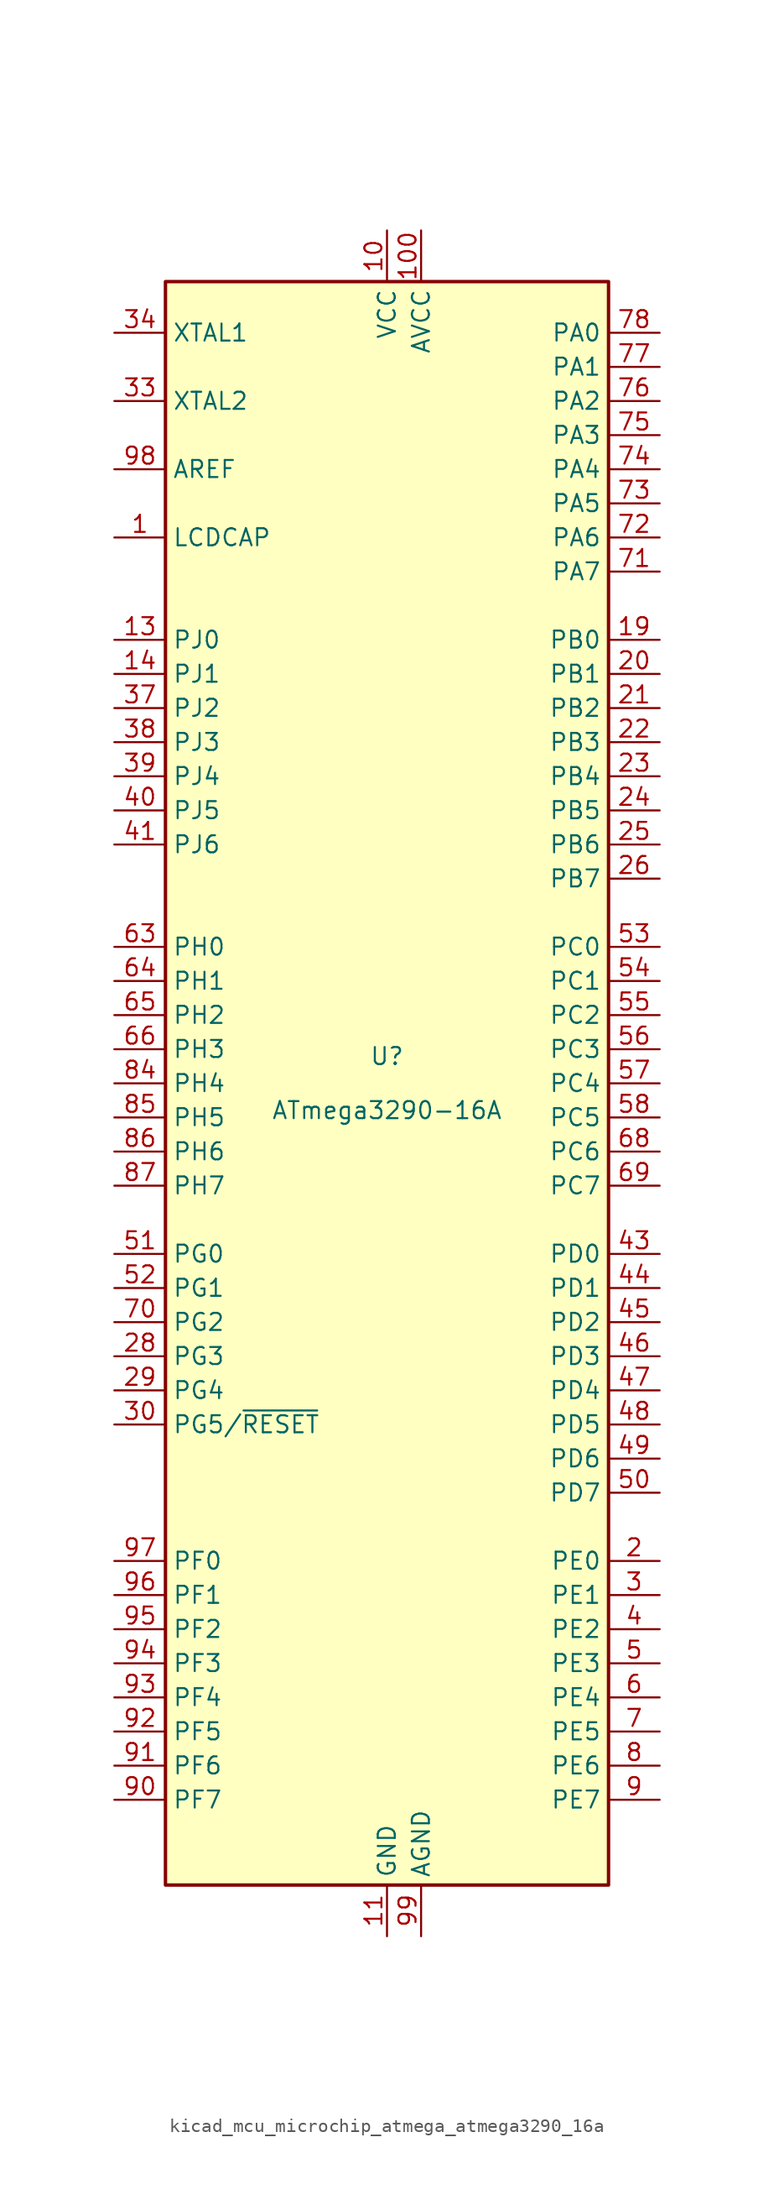
<source format=kicad_sym>
(kicad_symbol_lib
  (version 20220914)
  (generator kicad_symbol_editor)
  (symbol "kicad_mcu_microchip_atmega_atmega3290_16a"
    (property "Reference" "U"
      (at 0 1.27 0)
      (effects (font (size 1.27 1.27)) (justify bottom)))
    (property "Value" "ATmega3290-16A"
      (at 0 -1.27 0)
      (effects (font (size 1.27 1.27)) (justify top)))
    (symbol "kicad_mcu_microchip_atmega_atmega3290_16a_0_1"
      (rectangle (start -16.51 -59.69) (end 16.51 59.69) (stroke (width 0.254) (type default)) (fill (type background))))
    (symbol "kicad_mcu_microchip_atmega_atmega3290_16a_1_1"
      (pin passive line (at -20.32 40.64 0) (length 3.81) (name "LCDCAP" (effects (font (size 1.27 1.27)))) (number "1" (effects (font (size 1.27 1.27)))))
      (pin power_in line (at 0 63.5 270) (length 3.81) (name "VCC" (effects (font (size 1.27 1.27)))) (number "10" (effects (font (size 1.27 1.27)))))
      (pin power_in line (at 2.54 63.5 270) (length 3.81) (name "AVCC" (effects (font (size 1.27 1.27)))) (number "100" (effects (font (size 1.27 1.27)))))
      (pin power_in line (at 0 -63.5 90) (length 3.81) (name "GND" (effects (font (size 1.27 1.27)))) (number "11" (effects (font (size 1.27 1.27)))))
      (pin no_connect line (at -15.24 38.1 0) (length 2.54) hide (name "NC" (effects (font (size 1.27 1.27)))) (number "12" (effects (font (size 1.27 1.27)))))
      (pin bidirectional line (at -20.32 33.02 0) (length 3.81) (name "PJ0" (effects (font (size 1.27 1.27)))) (number "13" (effects (font (size 1.27 1.27)))))
      (pin bidirectional line (at -20.32 30.48 0) (length 3.81) (name "PJ1" (effects (font (size 1.27 1.27)))) (number "14" (effects (font (size 1.27 1.27)))))
      (pin no_connect line (at -15.24 35.56 0) (length 2.54) hide (name "NC" (effects (font (size 1.27 1.27)))) (number "15" (effects (font (size 1.27 1.27)))))
      (pin no_connect line (at -15.24 15.24 0) (length 2.54) hide (name "NC" (effects (font (size 1.27 1.27)))) (number "16" (effects (font (size 1.27 1.27)))))
      (pin no_connect line (at -15.24 12.7 0) (length 2.54) hide (name "NC" (effects (font (size 1.27 1.27)))) (number "17" (effects (font (size 1.27 1.27)))))
      (pin no_connect line (at -15.24 -10.16 0) (length 2.54) hide (name "NC" (effects (font (size 1.27 1.27)))) (number "18" (effects (font (size 1.27 1.27)))))
      (pin bidirectional line (at 20.32 33.02 180) (length 3.81) (name "PB0" (effects (font (size 1.27 1.27)))) (number "19" (effects (font (size 1.27 1.27)))))
      (pin bidirectional line (at 20.32 -35.56 180) (length 3.81) (name "PE0" (effects (font (size 1.27 1.27)))) (number "2" (effects (font (size 1.27 1.27)))))
      (pin bidirectional line (at 20.32 30.48 180) (length 3.81) (name "PB1" (effects (font (size 1.27 1.27)))) (number "20" (effects (font (size 1.27 1.27)))))
      (pin bidirectional line (at 20.32 27.94 180) (length 3.81) (name "PB2" (effects (font (size 1.27 1.27)))) (number "21" (effects (font (size 1.27 1.27)))))
      (pin bidirectional line (at 20.32 25.4 180) (length 3.81) (name "PB3" (effects (font (size 1.27 1.27)))) (number "22" (effects (font (size 1.27 1.27)))))
      (pin bidirectional line (at 20.32 22.86 180) (length 3.81) (name "PB4" (effects (font (size 1.27 1.27)))) (number "23" (effects (font (size 1.27 1.27)))))
      (pin bidirectional line (at 20.32 20.32 180) (length 3.81) (name "PB5" (effects (font (size 1.27 1.27)))) (number "24" (effects (font (size 1.27 1.27)))))
      (pin bidirectional line (at 20.32 17.78 180) (length 3.81) (name "PB6" (effects (font (size 1.27 1.27)))) (number "25" (effects (font (size 1.27 1.27)))))
      (pin bidirectional line (at 20.32 15.24 180) (length 3.81) (name "PB7" (effects (font (size 1.27 1.27)))) (number "26" (effects (font (size 1.27 1.27)))))
      (pin no_connect line (at -15.24 -27.94 0) (length 2.54) hide (name "NC" (effects (font (size 1.27 1.27)))) (number "27" (effects (font (size 1.27 1.27)))))
      (pin bidirectional line (at -20.32 -20.32 0) (length 3.81) (name "PG3" (effects (font (size 1.27 1.27)))) (number "28" (effects (font (size 1.27 1.27)))))
      (pin bidirectional line (at -20.32 -22.86 0) (length 3.81) (name "PG4" (effects (font (size 1.27 1.27)))) (number "29" (effects (font (size 1.27 1.27)))))
      (pin bidirectional line (at 20.32 -38.1 180) (length 3.81) (name "PE1" (effects (font (size 1.27 1.27)))) (number "3" (effects (font (size 1.27 1.27)))))
      (pin bidirectional line (at -20.32 -25.4 0) (length 3.81) (name "PG5/~{RESET}" (effects (font (size 1.27 1.27)))) (number "30" (effects (font (size 1.27 1.27)))))
      (pin passive line (at 0 63.5 270) (length 3.81) hide (name "VCC" (effects (font (size 1.27 1.27)))) (number "31" (effects (font (size 1.27 1.27)))))
      (pin passive line (at 0 -63.5 90) (length 3.81) hide (name "GND" (effects (font (size 1.27 1.27)))) (number "32" (effects (font (size 1.27 1.27)))))
      (pin output line (at -20.32 50.8 0) (length 3.81) (name "XTAL2" (effects (font (size 1.27 1.27)))) (number "33" (effects (font (size 1.27 1.27)))))
      (pin input line (at -20.32 55.88 0) (length 3.81) (name "XTAL1" (effects (font (size 1.27 1.27)))) (number "34" (effects (font (size 1.27 1.27)))))
      (pin no_connect line (at -15.24 -30.48 0) (length 2.54) hide (name "NC" (effects (font (size 1.27 1.27)))) (number "35" (effects (font (size 1.27 1.27)))))
      (pin no_connect line (at -15.24 -33.02 0) (length 2.54) hide (name "NC" (effects (font (size 1.27 1.27)))) (number "36" (effects (font (size 1.27 1.27)))))
      (pin bidirectional line (at -20.32 27.94 0) (length 3.81) (name "PJ2" (effects (font (size 1.27 1.27)))) (number "37" (effects (font (size 1.27 1.27)))))
      (pin bidirectional line (at -20.32 25.4 0) (length 3.81) (name "PJ3" (effects (font (size 1.27 1.27)))) (number "38" (effects (font (size 1.27 1.27)))))
      (pin bidirectional line (at -20.32 22.86 0) (length 3.81) (name "PJ4" (effects (font (size 1.27 1.27)))) (number "39" (effects (font (size 1.27 1.27)))))
      (pin bidirectional line (at 20.32 -40.64 180) (length 3.81) (name "PE2" (effects (font (size 1.27 1.27)))) (number "4" (effects (font (size 1.27 1.27)))))
      (pin bidirectional line (at -20.32 20.32 0) (length 3.81) (name "PJ5" (effects (font (size 1.27 1.27)))) (number "40" (effects (font (size 1.27 1.27)))))
      (pin bidirectional line (at -20.32 17.78 0) (length 3.81) (name "PJ6" (effects (font (size 1.27 1.27)))) (number "41" (effects (font (size 1.27 1.27)))))
      (pin no_connect line (at -15.24 -58.42 90) (length 2.54) hide (name "NC" (effects (font (size 1.27 1.27)))) (number "42" (effects (font (size 1.27 1.27)))))
      (pin bidirectional line (at 20.32 -12.7 180) (length 3.81) (name "PD0" (effects (font (size 1.27 1.27)))) (number "43" (effects (font (size 1.27 1.27)))))
      (pin bidirectional line (at 20.32 -15.24 180) (length 3.81) (name "PD1" (effects (font (size 1.27 1.27)))) (number "44" (effects (font (size 1.27 1.27)))))
      (pin bidirectional line (at 20.32 -17.78 180) (length 3.81) (name "PD2" (effects (font (size 1.27 1.27)))) (number "45" (effects (font (size 1.27 1.27)))))
      (pin bidirectional line (at 20.32 -20.32 180) (length 3.81) (name "PD3" (effects (font (size 1.27 1.27)))) (number "46" (effects (font (size 1.27 1.27)))))
      (pin bidirectional line (at 20.32 -22.86 180) (length 3.81) (name "PD4" (effects (font (size 1.27 1.27)))) (number "47" (effects (font (size 1.27 1.27)))))
      (pin bidirectional line (at 20.32 -25.4 180) (length 3.81) (name "PD5" (effects (font (size 1.27 1.27)))) (number "48" (effects (font (size 1.27 1.27)))))
      (pin bidirectional line (at 20.32 -27.94 180) (length 3.81) (name "PD6" (effects (font (size 1.27 1.27)))) (number "49" (effects (font (size 1.27 1.27)))))
      (pin bidirectional line (at 20.32 -43.18 180) (length 3.81) (name "PE3" (effects (font (size 1.27 1.27)))) (number "5" (effects (font (size 1.27 1.27)))))
      (pin bidirectional line (at 20.32 -30.48 180) (length 3.81) (name "PD7" (effects (font (size 1.27 1.27)))) (number "50" (effects (font (size 1.27 1.27)))))
      (pin bidirectional line (at -20.32 -12.7 0) (length 3.81) (name "PG0" (effects (font (size 1.27 1.27)))) (number "51" (effects (font (size 1.27 1.27)))))
      (pin bidirectional line (at -20.32 -15.24 0) (length 3.81) (name "PG1" (effects (font (size 1.27 1.27)))) (number "52" (effects (font (size 1.27 1.27)))))
      (pin bidirectional line (at 20.32 10.16 180) (length 3.81) (name "PC0" (effects (font (size 1.27 1.27)))) (number "53" (effects (font (size 1.27 1.27)))))
      (pin bidirectional line (at 20.32 7.62 180) (length 3.81) (name "PC1" (effects (font (size 1.27 1.27)))) (number "54" (effects (font (size 1.27 1.27)))))
      (pin bidirectional line (at 20.32 5.08 180) (length 3.81) (name "PC2" (effects (font (size 1.27 1.27)))) (number "55" (effects (font (size 1.27 1.27)))))
      (pin bidirectional line (at 20.32 2.54 180) (length 3.81) (name "PC3" (effects (font (size 1.27 1.27)))) (number "56" (effects (font (size 1.27 1.27)))))
      (pin bidirectional line (at 20.32 0 180) (length 3.81) (name "PC4" (effects (font (size 1.27 1.27)))) (number "57" (effects (font (size 1.27 1.27)))))
      (pin bidirectional line (at 20.32 -2.54 180) (length 3.81) (name "PC5" (effects (font (size 1.27 1.27)))) (number "58" (effects (font (size 1.27 1.27)))))
      (pin no_connect line (at -12.7 -58.42 90) (length 2.54) hide (name "NC" (effects (font (size 1.27 1.27)))) (number "59" (effects (font (size 1.27 1.27)))))
      (pin bidirectional line (at 20.32 -45.72 180) (length 3.81) (name "PE4" (effects (font (size 1.27 1.27)))) (number "6" (effects (font (size 1.27 1.27)))))
      (pin no_connect line (at -10.16 -58.42 90) (length 2.54) hide (name "NC" (effects (font (size 1.27 1.27)))) (number "60" (effects (font (size 1.27 1.27)))))
      (pin no_connect line (at -7.62 -58.42 90) (length 2.54) hide (name "NC" (effects (font (size 1.27 1.27)))) (number "61" (effects (font (size 1.27 1.27)))))
      (pin no_connect line (at -5.08 -58.42 90) (length 2.54) hide (name "NC" (effects (font (size 1.27 1.27)))) (number "62" (effects (font (size 1.27 1.27)))))
      (pin bidirectional line (at -20.32 10.16 0) (length 3.81) (name "PH0" (effects (font (size 1.27 1.27)))) (number "63" (effects (font (size 1.27 1.27)))))
      (pin bidirectional line (at -20.32 7.62 0) (length 3.81) (name "PH1" (effects (font (size 1.27 1.27)))) (number "64" (effects (font (size 1.27 1.27)))))
      (pin bidirectional line (at -20.32 5.08 0) (length 3.81) (name "PH2" (effects (font (size 1.27 1.27)))) (number "65" (effects (font (size 1.27 1.27)))))
      (pin bidirectional line (at -20.32 2.54 0) (length 3.81) (name "PH3" (effects (font (size 1.27 1.27)))) (number "66" (effects (font (size 1.27 1.27)))))
      (pin no_connect line (at -2.54 -58.42 90) (length 2.54) hide (name "NC" (effects (font (size 1.27 1.27)))) (number "67" (effects (font (size 1.27 1.27)))))
      (pin bidirectional line (at 20.32 -5.08 180) (length 3.81) (name "PC6" (effects (font (size 1.27 1.27)))) (number "68" (effects (font (size 1.27 1.27)))))
      (pin bidirectional line (at 20.32 -7.62 180) (length 3.81) (name "PC7" (effects (font (size 1.27 1.27)))) (number "69" (effects (font (size 1.27 1.27)))))
      (pin bidirectional line (at 20.32 -48.26 180) (length 3.81) (name "PE5" (effects (font (size 1.27 1.27)))) (number "7" (effects (font (size 1.27 1.27)))))
      (pin bidirectional line (at -20.32 -17.78 0) (length 3.81) (name "PG2" (effects (font (size 1.27 1.27)))) (number "70" (effects (font (size 1.27 1.27)))))
      (pin bidirectional line (at 20.32 38.1 180) (length 3.81) (name "PA7" (effects (font (size 1.27 1.27)))) (number "71" (effects (font (size 1.27 1.27)))))
      (pin bidirectional line (at 20.32 40.64 180) (length 3.81) (name "PA6" (effects (font (size 1.27 1.27)))) (number "72" (effects (font (size 1.27 1.27)))))
      (pin bidirectional line (at 20.32 43.18 180) (length 3.81) (name "PA5" (effects (font (size 1.27 1.27)))) (number "73" (effects (font (size 1.27 1.27)))))
      (pin bidirectional line (at 20.32 45.72 180) (length 3.81) (name "PA4" (effects (font (size 1.27 1.27)))) (number "74" (effects (font (size 1.27 1.27)))))
      (pin bidirectional line (at 20.32 48.26 180) (length 3.81) (name "PA3" (effects (font (size 1.27 1.27)))) (number "75" (effects (font (size 1.27 1.27)))))
      (pin bidirectional line (at 20.32 50.8 180) (length 3.81) (name "PA2" (effects (font (size 1.27 1.27)))) (number "76" (effects (font (size 1.27 1.27)))))
      (pin bidirectional line (at 20.32 53.34 180) (length 3.81) (name "PA1" (effects (font (size 1.27 1.27)))) (number "77" (effects (font (size 1.27 1.27)))))
      (pin bidirectional line (at 20.32 55.88 180) (length 3.81) (name "PA0" (effects (font (size 1.27 1.27)))) (number "78" (effects (font (size 1.27 1.27)))))
      (pin no_connect line (at 5.08 -58.42 90) (length 2.54) hide (name "NC" (effects (font (size 1.27 1.27)))) (number "79" (effects (font (size 1.27 1.27)))))
      (pin bidirectional line (at 20.32 -50.8 180) (length 3.81) (name "PE6" (effects (font (size 1.27 1.27)))) (number "8" (effects (font (size 1.27 1.27)))))
      (pin passive line (at 0 63.5 270) (length 3.81) hide (name "VCC" (effects (font (size 1.27 1.27)))) (number "80" (effects (font (size 1.27 1.27)))))
      (pin passive line (at 0 -63.5 90) (length 3.81) hide (name "GND" (effects (font (size 1.27 1.27)))) (number "81" (effects (font (size 1.27 1.27)))))
      (pin no_connect line (at 7.62 -58.42 90) (length 2.54) hide (name "NC" (effects (font (size 1.27 1.27)))) (number "82" (effects (font (size 1.27 1.27)))))
      (pin no_connect line (at 10.16 -58.42 90) (length 2.54) hide (name "NC" (effects (font (size 1.27 1.27)))) (number "83" (effects (font (size 1.27 1.27)))))
      (pin bidirectional line (at -20.32 0 0) (length 3.81) (name "PH4" (effects (font (size 1.27 1.27)))) (number "84" (effects (font (size 1.27 1.27)))))
      (pin bidirectional line (at -20.32 -2.54 0) (length 3.81) (name "PH5" (effects (font (size 1.27 1.27)))) (number "85" (effects (font (size 1.27 1.27)))))
      (pin bidirectional line (at -20.32 -5.08 0) (length 3.81) (name "PH6" (effects (font (size 1.27 1.27)))) (number "86" (effects (font (size 1.27 1.27)))))
      (pin bidirectional line (at -20.32 -7.62 0) (length 3.81) (name "PH7" (effects (font (size 1.27 1.27)))) (number "87" (effects (font (size 1.27 1.27)))))
      (pin no_connect line (at 12.7 -58.42 90) (length 2.54) hide (name "NC" (effects (font (size 1.27 1.27)))) (number "88" (effects (font (size 1.27 1.27)))))
      (pin no_connect line (at 15.24 -58.42 90) (length 2.54) hide (name "NC" (effects (font (size 1.27 1.27)))) (number "89" (effects (font (size 1.27 1.27)))))
      (pin bidirectional line (at 20.32 -53.34 180) (length 3.81) (name "PE7" (effects (font (size 1.27 1.27)))) (number "9" (effects (font (size 1.27 1.27)))))
      (pin bidirectional line (at -20.32 -53.34 0) (length 3.81) (name "PF7" (effects (font (size 1.27 1.27)))) (number "90" (effects (font (size 1.27 1.27)))))
      (pin bidirectional line (at -20.32 -50.8 0) (length 3.81) (name "PF6" (effects (font (size 1.27 1.27)))) (number "91" (effects (font (size 1.27 1.27)))))
      (pin bidirectional line (at -20.32 -48.26 0) (length 3.81) (name "PF5" (effects (font (size 1.27 1.27)))) (number "92" (effects (font (size 1.27 1.27)))))
      (pin bidirectional line (at -20.32 -45.72 0) (length 3.81) (name "PF4" (effects (font (size 1.27 1.27)))) (number "93" (effects (font (size 1.27 1.27)))))
      (pin bidirectional line (at -20.32 -43.18 0) (length 3.81) (name "PF3" (effects (font (size 1.27 1.27)))) (number "94" (effects (font (size 1.27 1.27)))))
      (pin bidirectional line (at -20.32 -40.64 0) (length 3.81) (name "PF2" (effects (font (size 1.27 1.27)))) (number "95" (effects (font (size 1.27 1.27)))))
      (pin bidirectional line (at -20.32 -38.1 0) (length 3.81) (name "PF1" (effects (font (size 1.27 1.27)))) (number "96" (effects (font (size 1.27 1.27)))))
      (pin bidirectional line (at -20.32 -35.56 0) (length 3.81) (name "PF0" (effects (font (size 1.27 1.27)))) (number "97" (effects (font (size 1.27 1.27)))))
      (pin passive line (at -20.32 45.72 0) (length 3.81) (name "AREF" (effects (font (size 1.27 1.27)))) (number "98" (effects (font (size 1.27 1.27)))))
      (pin power_in line (at 2.54 -63.5 90) (length 3.81) (name "AGND" (effects (font (size 1.27 1.27)))) (number "99" (effects (font (size 1.27 1.27))))))))
</source>
